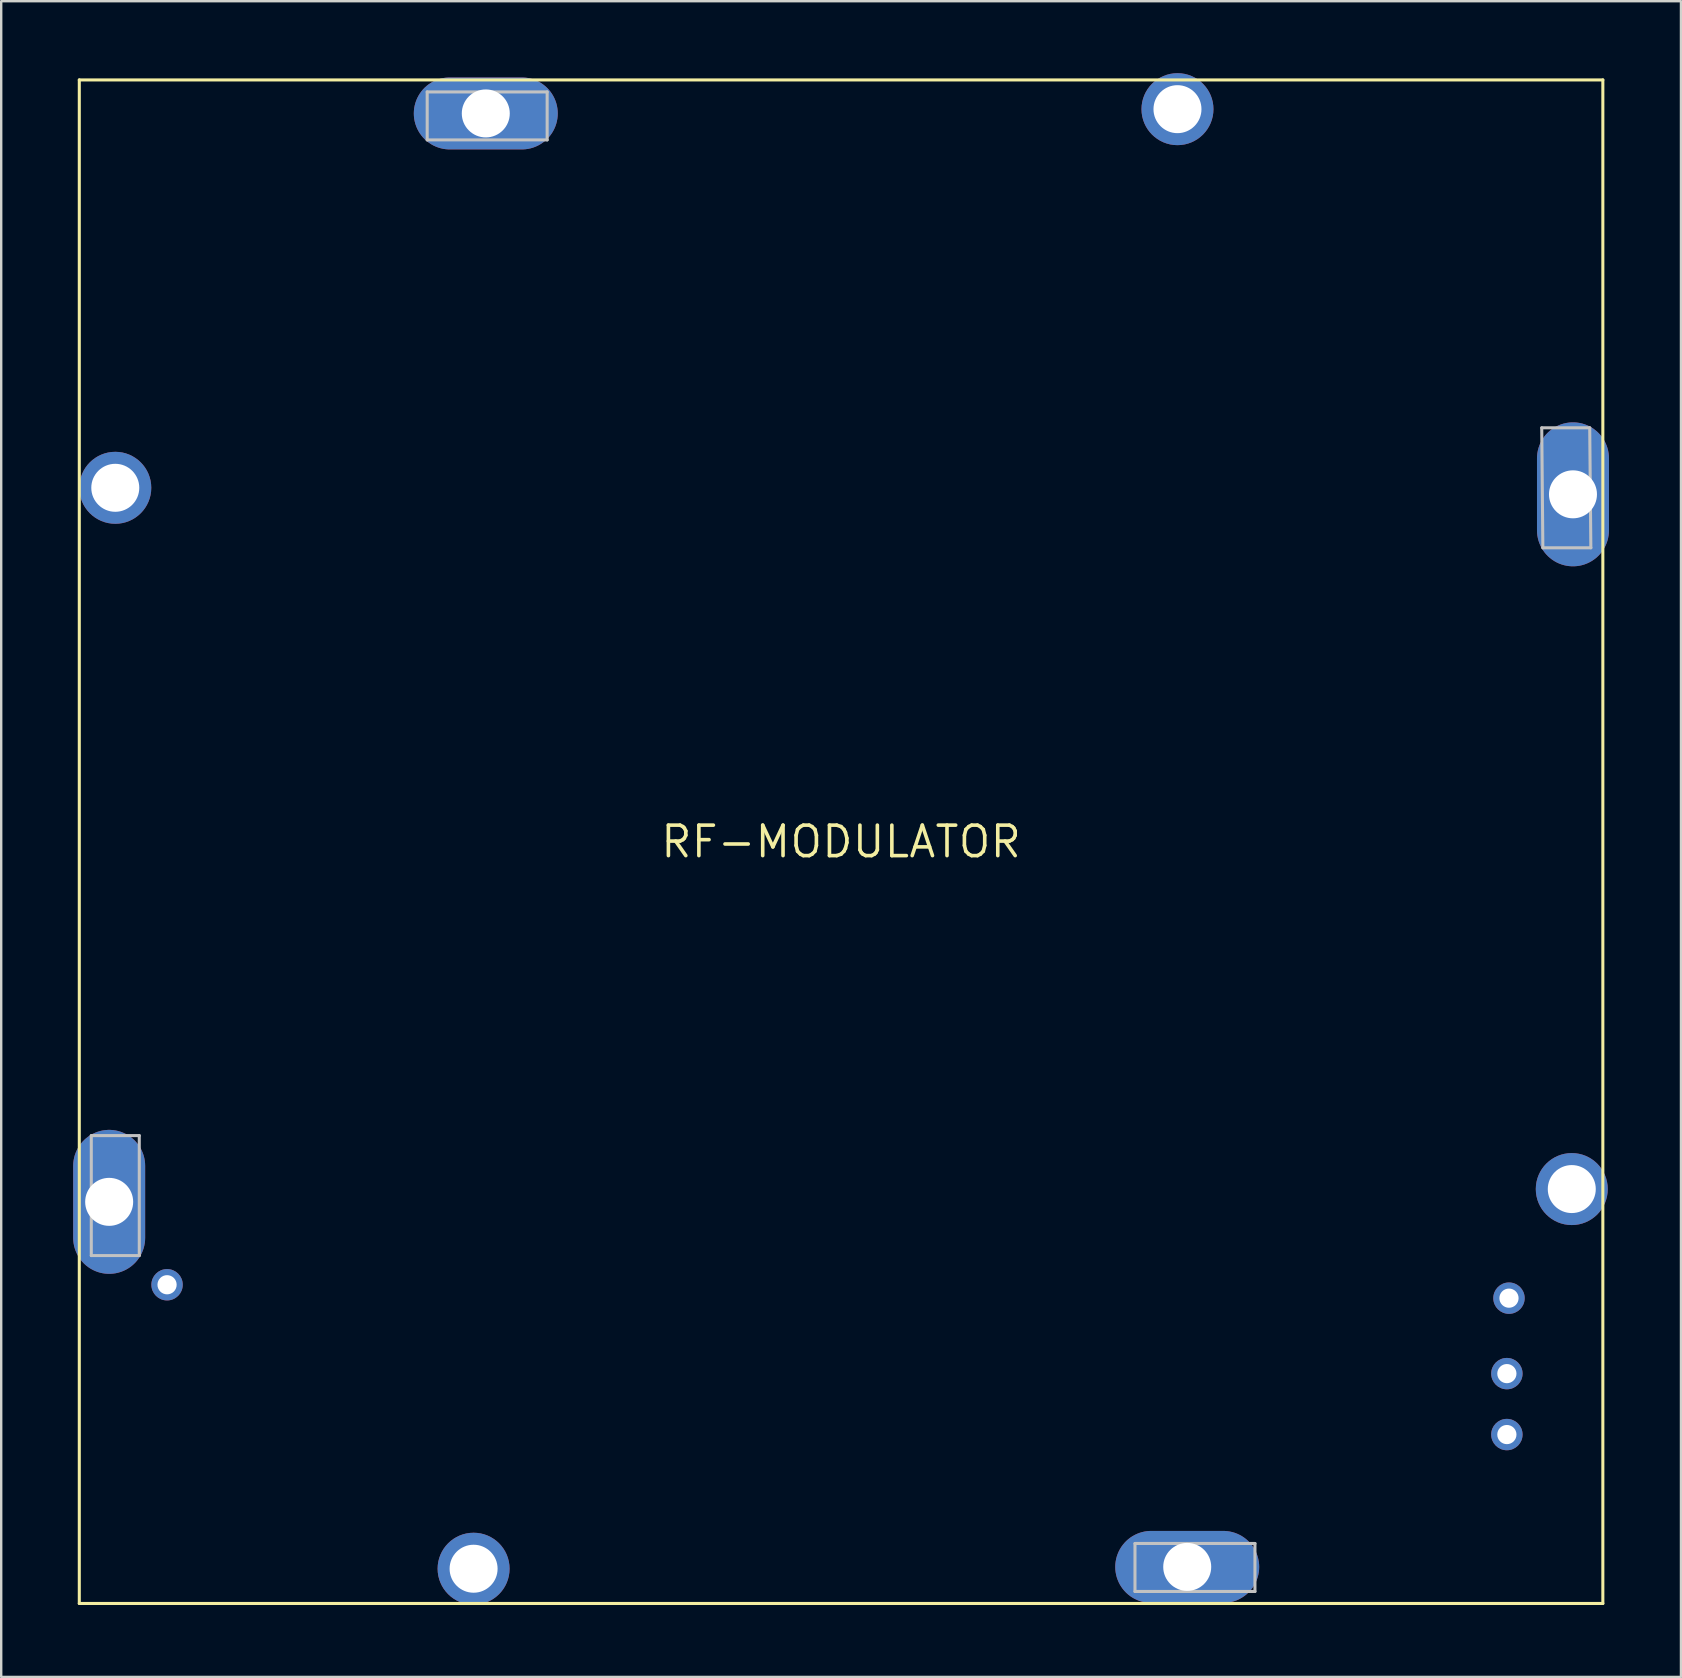
<source format=kicad_pcb>
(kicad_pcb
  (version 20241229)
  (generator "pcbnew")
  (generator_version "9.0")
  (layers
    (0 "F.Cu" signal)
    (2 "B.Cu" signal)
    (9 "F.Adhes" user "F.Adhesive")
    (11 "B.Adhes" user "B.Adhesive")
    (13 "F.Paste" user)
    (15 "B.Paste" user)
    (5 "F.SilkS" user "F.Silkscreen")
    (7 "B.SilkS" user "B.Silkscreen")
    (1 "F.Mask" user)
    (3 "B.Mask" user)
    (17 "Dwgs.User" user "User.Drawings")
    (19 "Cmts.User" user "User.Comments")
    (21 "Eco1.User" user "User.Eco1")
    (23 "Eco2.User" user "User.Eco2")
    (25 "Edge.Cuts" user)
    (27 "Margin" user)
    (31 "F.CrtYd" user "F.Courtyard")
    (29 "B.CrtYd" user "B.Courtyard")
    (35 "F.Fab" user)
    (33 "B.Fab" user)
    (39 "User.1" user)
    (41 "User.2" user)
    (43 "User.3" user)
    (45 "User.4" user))
  (footprint "RF-MODULATOR"
    (layer "F.Cu")
    (at 32.005 32.031)
    (property "Reference" "RF-MODULATOR" (at 0 0 0) (layer "F.SilkS") (effects (font (size 1.27 1.27) (thickness 0.15))))
    (attr through_hole)
    (fp_line (start -31.75 -31.75) (end 31.75 -31.75) (stroke (width 0.127) (type solid)) (layer "F.SilkS"))
    (fp_line (start -31.75 31.75) (end -31.75 -31.75) (stroke (width 0.127) (type solid)) (layer "F.SilkS"))
    (fp_line (start 31.75 -31.75) (end 31.75 31.75) (stroke (width 0.127) (type solid)) (layer "F.SilkS"))
    (fp_line (start 31.75 31.75) (end -31.75 31.75) (stroke (width 0.127) (type solid)) (layer "F.SilkS"))
    (fp_line (start -31.25 12.25) (end -29.25 12.25) (stroke (width 0.127) (type solid)) (layer "Dwgs.User"))
    (fp_line (start -31.25 17.25) (end -31.25 12.25) (stroke (width 0.127) (type solid)) (layer "Dwgs.User"))
    (fp_line (start -29.25 12.25) (end -29.25 17.25) (stroke (width 0.127) (type solid)) (layer "Dwgs.User"))
    (fp_line (start -29.25 17.25) (end -31.25 17.25) (stroke (width 0.127) (type solid)) (layer "Dwgs.User"))
    (fp_line (start -17.25 -31.25) (end -12.25 -31.25) (stroke (width 0.127) (type solid)) (layer "Dwgs.User"))
    (fp_line (start -17.25 -29.25) (end -17.25 -31.25) (stroke (width 0.127) (type solid)) (layer "Dwgs.User"))
    (fp_line (start -12.25 -31.25) (end -12.25 -29.25) (stroke (width 0.127) (type solid)) (layer "Dwgs.User"))
    (fp_line (start -12.25 -29.25) (end -17.25 -29.25) (stroke (width 0.127) (type solid)) (layer "Dwgs.User"))
    (fp_line (start 12.25 29.25) (end 17.25 29.25) (stroke (width 0.127) (type solid)) (layer "Dwgs.User"))
    (fp_line (start 12.25 31.25) (end 12.25 29.25) (stroke (width 0.127) (type solid)) (layer "Dwgs.User"))
    (fp_line (start 17.25 29.25) (end 17.25 31.25) (stroke (width 0.127) (type solid)) (layer "Dwgs.User"))
    (fp_line (start 17.25 31.25) (end 12.25 31.25) (stroke (width 0.127) (type solid)) (layer "Dwgs.User"))
    (fp_line (start 29.203 -17.25) (end 31.203 -17.25) (stroke (width 0.127) (type solid)) (layer "Dwgs.User"))
    (fp_line (start 29.25 -12.25) (end 29.203 -17.25) (stroke (width 0.127) (type solid)) (layer "Dwgs.User"))
    (fp_line (start 31.203 -17.25) (end 31.25 -12.25) (stroke (width 0.127) (type solid)) (layer "Dwgs.User"))
    (fp_line (start 31.25 -12.25) (end 29.25 -12.25) (stroke (width 0.127) (type solid)) (layer "Dwgs.User"))
    (pad "+" thru_hole circle (at 27.75 24.71 90) (size 1.308 1.308) (drill 0.8) (layers "*.Cu" "*.Mask"))
    (pad "AUDI" thru_hole circle (at 27.838 19.025 90) (size 1.308 1.308) (drill 0.8) (layers "*.Cu" "*.Mask"))
    (pad "CASE" thru_hole circle (at 27.75 22.17 90) (size 1.308 1.308) (drill 0.8) (layers "*.Cu" "*.Mask"))
    (pad "P$1" thru_hole circle (at -30.25 -14.75) (size 3 3) (drill 2) (layers "*.Cu" "*.Mask"))
    (pad "P$2" thru_hole oval (at -30.505 15.011 90) (size 6 3) (drill 2) (layers "*.Cu" "*.Mask"))
    (pad "P$3" thru_hole circle (at -15.316 30.302) (size 3 3) (drill 2) (layers "*.Cu" "*.Mask"))
    (pad "P$4" thru_hole oval (at 14.427 30.226) (size 6 3) (drill 2) (layers "*.Cu" "*.Mask"))
    (pad "P$5" thru_hole circle (at 30.455 14.478) (size 3 3) (drill 2) (layers "*.Cu" "*.Mask"))
    (pad "P$6" thru_hole oval (at 30.505 -14.478 90) (size 6 3) (drill 2) (layers "*.Cu" "*.Mask"))
    (pad "P$7" thru_hole circle (at 14.021 -30.531) (size 3 3) (drill 2) (layers "*.Cu" "*.Mask"))
    (pad "P$8" thru_hole oval (at -14.808 -30.353) (size 6 3) (drill 2) (layers "*.Cu" "*.Mask"))
    (pad "VIDE" thru_hole circle (at -28.092 18.466 90) (size 1.308 1.308) (drill 0.8) (layers "*.Cu" "*.Mask")))
  (gr_rect
    (start -3 -3)
    (end 67.011 66.844)
    (stroke (width 0.1) (type default))
    (fill no)
    (layer "Edge.Cuts")))
</source>
